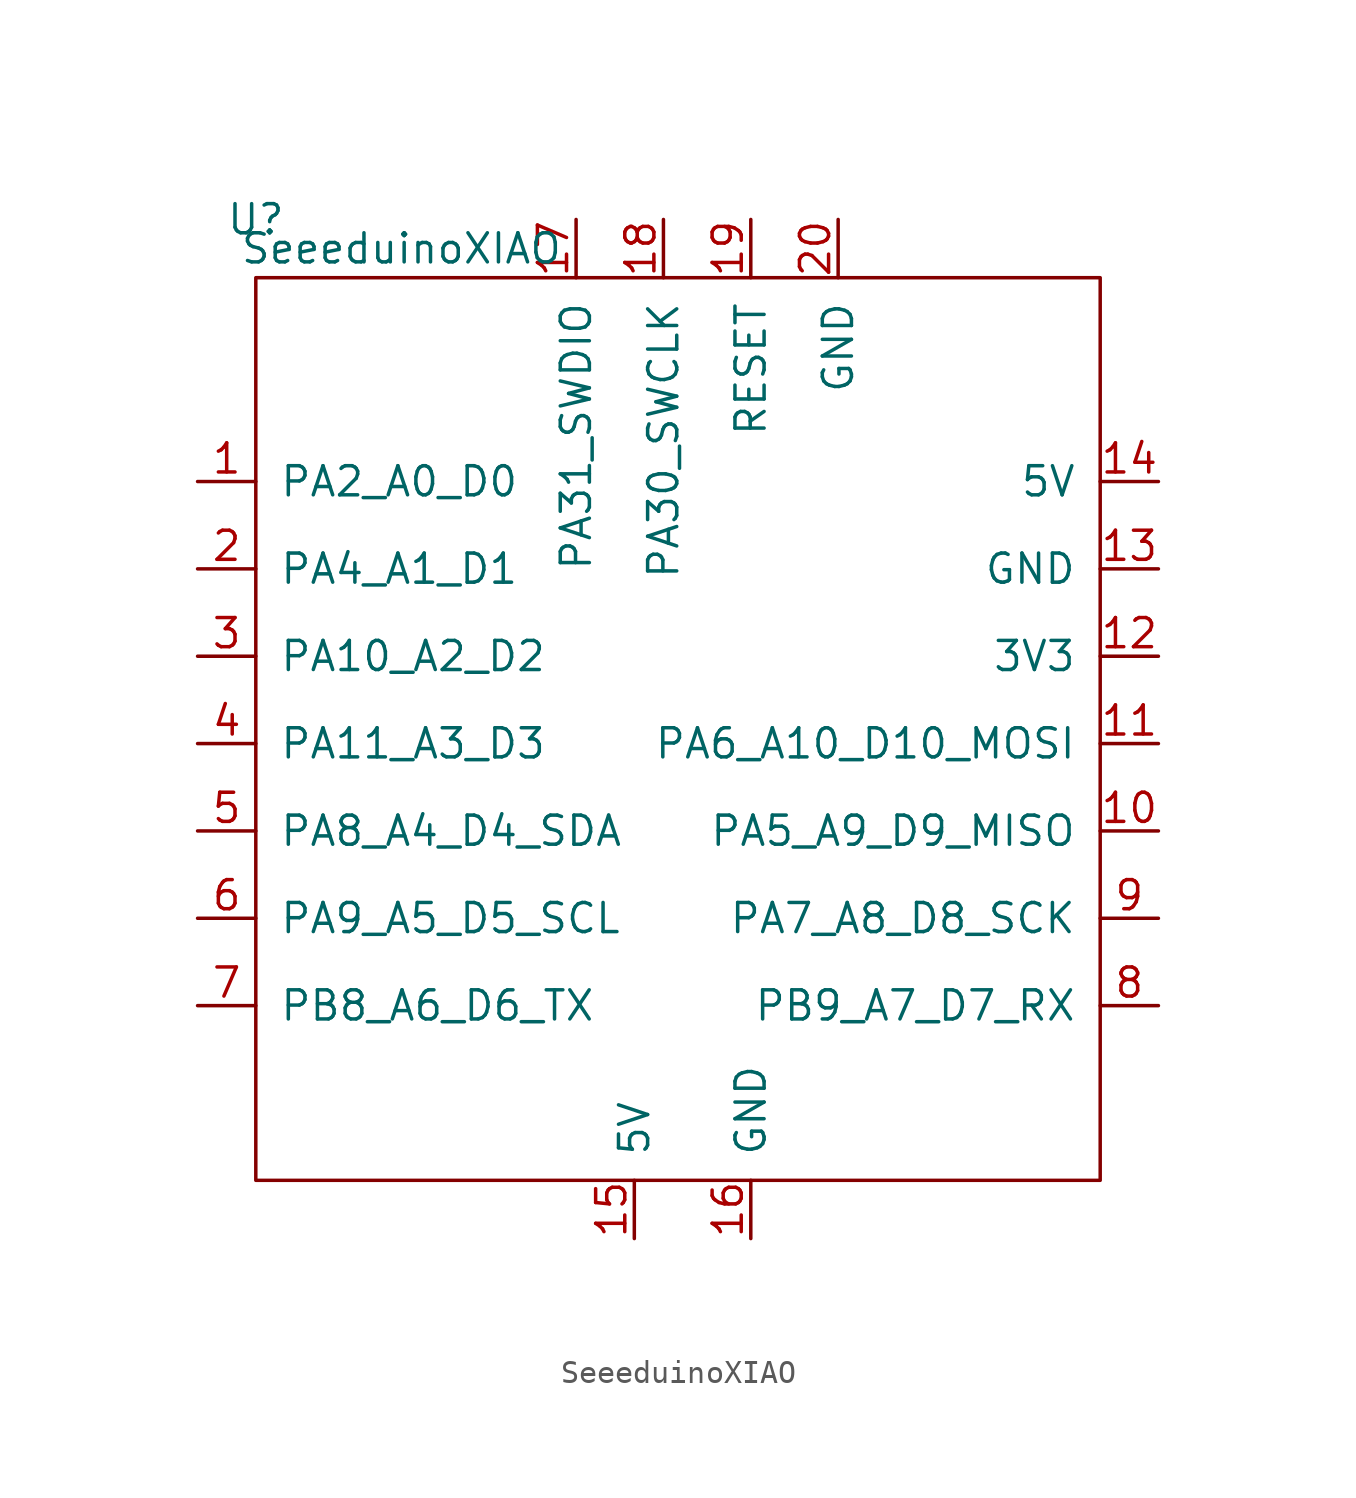
<source format=kicad_sym>
(kicad_symbol_lib
  (version 20211014)
  (generator kicad_symbol_editor)
  (symbol "SeeeduinoXIAO"
    (pin_names
      (offset 1.016))
    (property "Reference" "U"
      (at -19.05 22.86 0)
      (effects (font (size 1.27 1.27))))
    (property "Value" "SeeeduinoXIAO"
      (at -12.7 21.59 0)
      (effects (font (size 1.27 1.27))))
    (symbol "SeeeduinoXIAO_0_1"
      (rectangle (start -19.05 20.32) (end 17.78 -19.05) (stroke (width 0) (type default) (color 0 0 0 0)) (fill (type none)))
      (pin input line (at 20.32 -7.62 180) (length 2.54) (name "PA7_A8_D8_SCK" (effects (font (size 1.27 1.27)))) (number "9" (effects (font (size 1.27 1.27))))))
    (symbol "SeeeduinoXIAO_1_1"
      (pin input line (at -21.59 11.43 0) (length 2.54) (name "PA2_A0_D0" (effects (font (size 1.27 1.27)))) (number "1" (effects (font (size 1.27 1.27)))))
      (pin input line (at 20.32 -3.81 180) (length 2.54) (name "PA5_A9_D9_MISO" (effects (font (size 1.27 1.27)))) (number "10" (effects (font (size 1.27 1.27)))))
      (pin input line (at 20.32 0 180) (length 2.54) (name "PA6_A10_D10_MOSI" (effects (font (size 1.27 1.27)))) (number "11" (effects (font (size 1.27 1.27)))))
      (pin input line (at 20.32 3.81 180) (length 2.54) (name "3V3" (effects (font (size 1.27 1.27)))) (number "12" (effects (font (size 1.27 1.27)))))
      (pin input line (at 20.32 7.62 180) (length 2.54) (name "GND" (effects (font (size 1.27 1.27)))) (number "13" (effects (font (size 1.27 1.27)))))
      (pin input line (at 20.32 11.43 180) (length 2.54) (name "5V" (effects (font (size 1.27 1.27)))) (number "14" (effects (font (size 1.27 1.27)))))
      (pin input line (at -2.54 -21.59 90) (length 2.54) (name "5V" (effects (font (size 1.27 1.27)))) (number "15" (effects (font (size 1.27 1.27)))))
      (pin input line (at 2.54 -21.59 90) (length 2.54) (name "GND" (effects (font (size 1.27 1.27)))) (number "16" (effects (font (size 1.27 1.27)))))
      (pin input line (at -5.08 22.86 270) (length 2.54) (name "PA31_SWDIO" (effects (font (size 1.27 1.27)))) (number "17" (effects (font (size 1.27 1.27)))))
      (pin input line (at -1.27 22.86 270) (length 2.54) (name "PA30_SWCLK" (effects (font (size 1.27 1.27)))) (number "18" (effects (font (size 1.27 1.27)))))
      (pin input line (at 2.54 22.86 270) (length 2.54) (name "RESET" (effects (font (size 1.27 1.27)))) (number "19" (effects (font (size 1.27 1.27)))))
      (pin input line (at -21.59 7.62 0) (length 2.54) (name "PA4_A1_D1" (effects (font (size 1.27 1.27)))) (number "2" (effects (font (size 1.27 1.27)))))
      (pin input line (at 6.35 22.86 270) (length 2.54) (name "GND" (effects (font (size 1.27 1.27)))) (number "20" (effects (font (size 1.27 1.27)))))
      (pin input line (at -21.59 3.81 0) (length 2.54) (name "PA10_A2_D2" (effects (font (size 1.27 1.27)))) (number "3" (effects (font (size 1.27 1.27)))))
      (pin input line (at -21.59 0 0) (length 2.54) (name "PA11_A3_D3" (effects (font (size 1.27 1.27)))) (number "4" (effects (font (size 1.27 1.27)))))
      (pin input line (at -21.59 -3.81 0) (length 2.54) (name "PA8_A4_D4_SDA" (effects (font (size 1.27 1.27)))) (number "5" (effects (font (size 1.27 1.27)))))
      (pin input line (at -21.59 -7.62 0) (length 2.54) (name "PA9_A5_D5_SCL" (effects (font (size 1.27 1.27)))) (number "6" (effects (font (size 1.27 1.27)))))
      (pin input line (at -21.59 -11.43 0) (length 2.54) (name "PB8_A6_D6_TX" (effects (font (size 1.27 1.27)))) (number "7" (effects (font (size 1.27 1.27)))))
      (pin input line (at 20.32 -11.43 180) (length 2.54) (name "PB9_A7_D7_RX" (effects (font (size 1.27 1.27)))) (number "8" (effects (font (size 1.27 1.27))))))))
</source>
